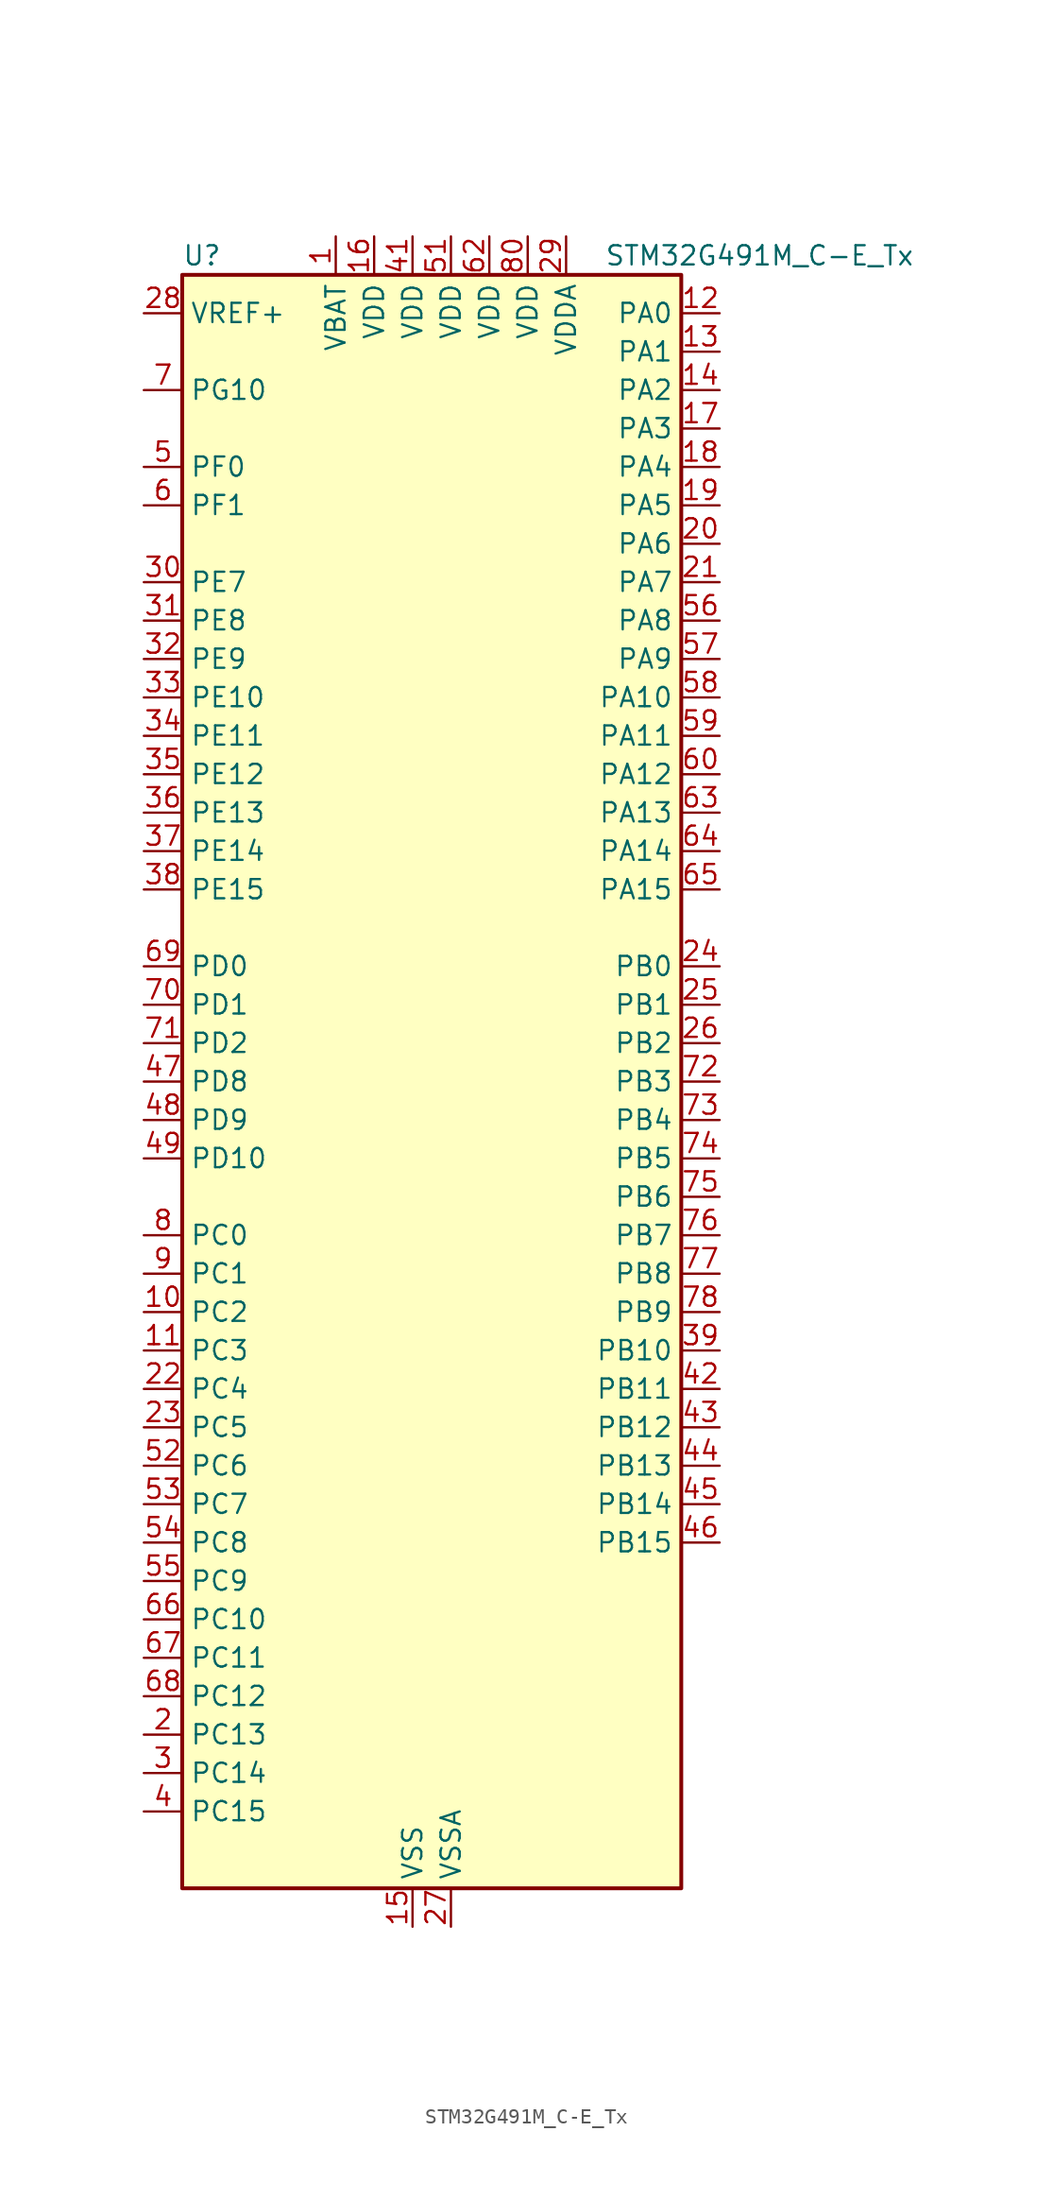
<source format=kicad_sym>
(kicad_symbol_lib
  (version 20231120)
  (generator "kicad_symbol_editor")
  (generator_version "8.0")
  (symbol "STM32G491M_C-E_Tx"
    (property "Reference" "U"
      (at -15.24 54.61 0)
      (effects (font (size 1.27 1.27)) (justify left)))
    (property "Value" "STM32G491M_C-E_Tx"
      (at 12.7 54.61 0)
      (effects (font (size 1.27 1.27)) (justify left)))
    (property "ki_locked" ""
      (at 0 0 0)
      (effects (font (size 1.27 1.27))))
    (symbol "STM32G491M_C-E_Tx_0_1"
      (rectangle (start -15.24 -53.34) (end 17.78 53.34) (stroke (width 0.254) (type default)) (fill (type background))))
    (symbol "STM32G491M_C-E_Tx_1_1"
      (pin power_in line (at -5.08 55.88 270) (length 2.54) (name "VBAT" (effects (font (size 1.27 1.27)))) (number "1" (effects (font (size 1.27 1.27)))))
      (pin bidirectional line (at -17.78 -15.24 0) (length 2.54) (name "PC2" (effects (font (size 1.27 1.27)))) (number "10" (effects (font (size 1.27 1.27)))) (alternate "ADC1_IN8" bidirectional line) (alternate "ADC2_IN8" bidirectional line) (alternate "ADC3_EXTI2" bidirectional line) (alternate "COMP3_OUT" bidirectional line) (alternate "LPTIM1_IN2" bidirectional line) (alternate "QUADSPI1_BK2_IO1" bidirectional line) (alternate "TIM1_CH3" bidirectional line) (alternate "TIM20_CH2" bidirectional line))
      (pin bidirectional line (at -17.78 -17.78 0) (length 2.54) (name "PC3" (effects (font (size 1.27 1.27)))) (number "11" (effects (font (size 1.27 1.27)))) (alternate "ADC1_IN9" bidirectional line) (alternate "ADC2_IN9" bidirectional line) (alternate "ADC3_EXTI3" bidirectional line) (alternate "LPTIM1_ETR" bidirectional line) (alternate "QUADSPI1_BK2_IO2" bidirectional line) (alternate "SAI1_D1" bidirectional line) (alternate "SAI1_SD_A" bidirectional line) (alternate "TIM1_BKIN2" bidirectional line) (alternate "TIM1_CH4" bidirectional line))
      (pin bidirectional line (at 20.32 50.8 180) (length 2.54) (name "PA0" (effects (font (size 1.27 1.27)))) (number "12" (effects (font (size 1.27 1.27)))) (alternate "ADC1_IN1" bidirectional line) (alternate "ADC2_IN1" bidirectional line) (alternate "COMP1_INM" bidirectional line) (alternate "COMP1_OUT" bidirectional line) (alternate "COMP3_INP" bidirectional line) (alternate "RTC_TAMP2" bidirectional line) (alternate "SYS_WKUP1" bidirectional line) (alternate "TIM2_CH1" bidirectional line) (alternate "TIM2_ETR" bidirectional line) (alternate "TIM8_BKIN" bidirectional line) (alternate "TIM8_ETR" bidirectional line) (alternate "USART2_CTS" bidirectional line) (alternate "USART2_NSS" bidirectional line))
      (pin bidirectional line (at 20.32 48.26 180) (length 2.54) (name "PA1" (effects (font (size 1.27 1.27)))) (number "13" (effects (font (size 1.27 1.27)))) (alternate "ADC1_IN2" bidirectional line) (alternate "ADC2_IN2" bidirectional line) (alternate "COMP1_INP" bidirectional line) (alternate "OPAMP1_VINP" bidirectional line) (alternate "OPAMP1_VINP_SEC" bidirectional line) (alternate "OPAMP3_VINP" bidirectional line) (alternate "OPAMP3_VINP_SEC" bidirectional line) (alternate "OPAMP6_VINM" bidirectional line) (alternate "OPAMP6_VINM0" bidirectional line) (alternate "OPAMP6_VINM_SEC" bidirectional line) (alternate "RTC_REFIN" bidirectional line) (alternate "TIM15_CH1N" bidirectional line) (alternate "TIM2_CH2" bidirectional line) (alternate "USART2_DE" bidirectional line) (alternate "USART2_RTS" bidirectional line))
      (pin bidirectional line (at 20.32 45.72 180) (length 2.54) (name "PA2" (effects (font (size 1.27 1.27)))) (number "14" (effects (font (size 1.27 1.27)))) (alternate "ADC1_IN3" bidirectional line) (alternate "ADC3_EXTI2" bidirectional line) (alternate "COMP2_INM" bidirectional line) (alternate "COMP2_OUT" bidirectional line) (alternate "LPUART1_TX" bidirectional line) (alternate "OPAMP1_VOUT" bidirectional line) (alternate "QUADSPI1_BK1_NCS" bidirectional line) (alternate "RCC_LSCO" bidirectional line) (alternate "SYS_WKUP4" bidirectional line) (alternate "TIM15_CH1" bidirectional line) (alternate "TIM2_CH3" bidirectional line) (alternate "UCPD1_FRSTX1" bidirectional line) (alternate "UCPD1_FRSTX2" bidirectional line) (alternate "USART2_TX" bidirectional line))
      (pin power_in line (at 0 -55.88 90) (length 2.54) (name "VSS" (effects (font (size 1.27 1.27)))) (number "15" (effects (font (size 1.27 1.27)))))
      (pin power_in line (at -2.54 55.88 270) (length 2.54) (name "VDD" (effects (font (size 1.27 1.27)))) (number "16" (effects (font (size 1.27 1.27)))))
      (pin bidirectional line (at 20.32 43.18 180) (length 2.54) (name "PA3" (effects (font (size 1.27 1.27)))) (number "17" (effects (font (size 1.27 1.27)))) (alternate "ADC1_IN4" bidirectional line) (alternate "ADC3_EXTI3" bidirectional line) (alternate "COMP2_INP" bidirectional line) (alternate "LPUART1_RX" bidirectional line) (alternate "OPAMP1_VINM" bidirectional line) (alternate "OPAMP1_VINM0" bidirectional line) (alternate "OPAMP1_VINM_SEC" bidirectional line) (alternate "OPAMP1_VINP" bidirectional line) (alternate "OPAMP1_VINP_SEC" bidirectional line) (alternate "QUADSPI1_CLK" bidirectional line) (alternate "SAI1_CK1" bidirectional line) (alternate "SAI1_MCLK_A" bidirectional line) (alternate "TIM15_CH2" bidirectional line) (alternate "TIM2_CH4" bidirectional line) (alternate "USART2_RX" bidirectional line))
      (pin bidirectional line (at 20.32 40.64 180) (length 2.54) (name "PA4" (effects (font (size 1.27 1.27)))) (number "18" (effects (font (size 1.27 1.27)))) (alternate "ADC2_IN17" bidirectional line) (alternate "COMP1_INM" bidirectional line) (alternate "DAC1_OUT1" bidirectional line) (alternate "I2S3_WS" bidirectional line) (alternate "SAI1_FS_B" bidirectional line) (alternate "SPI1_NSS" bidirectional line) (alternate "SPI3_NSS" bidirectional line) (alternate "TIM3_CH2" bidirectional line) (alternate "USART2_CK" bidirectional line))
      (pin bidirectional line (at 20.32 38.1 180) (length 2.54) (name "PA5" (effects (font (size 1.27 1.27)))) (number "19" (effects (font (size 1.27 1.27)))) (alternate "ADC2_IN13" bidirectional line) (alternate "COMP2_INM" bidirectional line) (alternate "DAC1_OUT2" bidirectional line) (alternate "OPAMP2_VINM" bidirectional line) (alternate "OPAMP2_VINM0" bidirectional line) (alternate "OPAMP2_VINM_SEC" bidirectional line) (alternate "SPI1_SCK" bidirectional line) (alternate "TIM2_CH1" bidirectional line) (alternate "TIM2_ETR" bidirectional line) (alternate "UCPD1_FRSTX1" bidirectional line) (alternate "UCPD1_FRSTX2" bidirectional line))
      (pin bidirectional line (at -17.78 -43.18 0) (length 2.54) (name "PC13" (effects (font (size 1.27 1.27)))) (number "2" (effects (font (size 1.27 1.27)))) (alternate "RTC_OUT1" bidirectional line) (alternate "RTC_TAMP1" bidirectional line) (alternate "RTC_TS" bidirectional line) (alternate "SYS_WKUP2" bidirectional line) (alternate "TIM1_BKIN" bidirectional line) (alternate "TIM1_CH1N" bidirectional line) (alternate "TIM8_CH4N" bidirectional line))
      (pin bidirectional line (at 20.32 35.56 180) (length 2.54) (name "PA6" (effects (font (size 1.27 1.27)))) (number "20" (effects (font (size 1.27 1.27)))) (alternate "ADC2_IN3" bidirectional line) (alternate "COMP1_OUT" bidirectional line) (alternate "LPUART1_CTS" bidirectional line) (alternate "OPAMP2_VOUT" bidirectional line) (alternate "QUADSPI1_BK1_IO3" bidirectional line) (alternate "SPI1_MISO" bidirectional line) (alternate "TIM16_CH1" bidirectional line) (alternate "TIM1_BKIN" bidirectional line) (alternate "TIM3_CH1" bidirectional line) (alternate "TIM8_BKIN" bidirectional line))
      (pin bidirectional line (at 20.32 33.02 180) (length 2.54) (name "PA7" (effects (font (size 1.27 1.27)))) (number "21" (effects (font (size 1.27 1.27)))) (alternate "ADC2_IN4" bidirectional line) (alternate "COMP2_INP" bidirectional line) (alternate "COMP2_OUT" bidirectional line) (alternate "OPAMP1_VINP" bidirectional line) (alternate "OPAMP1_VINP_SEC" bidirectional line) (alternate "OPAMP2_VINP" bidirectional line) (alternate "OPAMP2_VINP_SEC" bidirectional line) (alternate "QUADSPI1_BK1_IO2" bidirectional line) (alternate "SPI1_MOSI" bidirectional line) (alternate "TIM17_CH1" bidirectional line) (alternate "TIM1_CH1N" bidirectional line) (alternate "TIM3_CH2" bidirectional line) (alternate "TIM8_CH1N" bidirectional line) (alternate "UCPD1_FRSTX1" bidirectional line) (alternate "UCPD1_FRSTX2" bidirectional line))
      (pin bidirectional line (at -17.78 -20.32 0) (length 2.54) (name "PC4" (effects (font (size 1.27 1.27)))) (number "22" (effects (font (size 1.27 1.27)))) (alternate "ADC2_IN5" bidirectional line) (alternate "I2C2_SCL" bidirectional line) (alternate "QUADSPI1_BK2_IO3" bidirectional line) (alternate "TIM1_ETR" bidirectional line) (alternate "USART1_TX" bidirectional line))
      (pin bidirectional line (at -17.78 -22.86 0) (length 2.54) (name "PC5" (effects (font (size 1.27 1.27)))) (number "23" (effects (font (size 1.27 1.27)))) (alternate "ADC2_IN11" bidirectional line) (alternate "OPAMP1_VINM" bidirectional line) (alternate "OPAMP1_VINM1" bidirectional line) (alternate "OPAMP1_VINM_SEC" bidirectional line) (alternate "OPAMP2_VINM" bidirectional line) (alternate "OPAMP2_VINM1" bidirectional line) (alternate "OPAMP2_VINM_SEC" bidirectional line) (alternate "SAI1_D3" bidirectional line) (alternate "SYS_WKUP5" bidirectional line) (alternate "TIM15_BKIN" bidirectional line) (alternate "TIM1_CH4N" bidirectional line) (alternate "USART1_RX" bidirectional line))
      (pin bidirectional line (at 20.32 7.62 180) (length 2.54) (name "PB0" (effects (font (size 1.27 1.27)))) (number "24" (effects (font (size 1.27 1.27)))) (alternate "ADC1_IN15" bidirectional line) (alternate "ADC3_IN12" bidirectional line) (alternate "COMP4_INP" bidirectional line) (alternate "OPAMP2_VINP" bidirectional line) (alternate "OPAMP2_VINP_SEC" bidirectional line) (alternate "OPAMP3_VINP" bidirectional line) (alternate "OPAMP3_VINP_SEC" bidirectional line) (alternate "QUADSPI1_BK1_IO1" bidirectional line) (alternate "TIM1_CH2N" bidirectional line) (alternate "TIM3_CH3" bidirectional line) (alternate "TIM8_CH2N" bidirectional line) (alternate "UCPD1_FRSTX1" bidirectional line) (alternate "UCPD1_FRSTX2" bidirectional line))
      (pin bidirectional line (at 20.32 5.08 180) (length 2.54) (name "PB1" (effects (font (size 1.27 1.27)))) (number "25" (effects (font (size 1.27 1.27)))) (alternate "ADC1_IN12" bidirectional line) (alternate "ADC3_IN1" bidirectional line) (alternate "COMP1_INP" bidirectional line) (alternate "COMP4_OUT" bidirectional line) (alternate "LPUART1_DE" bidirectional line) (alternate "LPUART1_RTS" bidirectional line) (alternate "OPAMP3_VOUT" bidirectional line) (alternate "OPAMP6_VINM" bidirectional line) (alternate "OPAMP6_VINM1" bidirectional line) (alternate "OPAMP6_VINM_SEC" bidirectional line) (alternate "QUADSPI1_BK1_IO0" bidirectional line) (alternate "TIM1_CH3N" bidirectional line) (alternate "TIM3_CH4" bidirectional line) (alternate "TIM8_CH3N" bidirectional line))
      (pin bidirectional line (at 20.32 2.54 180) (length 2.54) (name "PB2" (effects (font (size 1.27 1.27)))) (number "26" (effects (font (size 1.27 1.27)))) (alternate "ADC2_IN12" bidirectional line) (alternate "ADC3_EXTI2" bidirectional line) (alternate "COMP4_INM" bidirectional line) (alternate "I2C3_SMBA" bidirectional line) (alternate "LPTIM1_OUT" bidirectional line) (alternate "OPAMP3_VINM" bidirectional line) (alternate "OPAMP3_VINM0" bidirectional line) (alternate "OPAMP3_VINM_SEC" bidirectional line) (alternate "QUADSPI1_BK2_IO1" bidirectional line) (alternate "RTC_OUT2" bidirectional line) (alternate "TIM20_CH1" bidirectional line))
      (pin power_in line (at 2.54 -55.88 90) (length 2.54) (name "VSSA" (effects (font (size 1.27 1.27)))) (number "27" (effects (font (size 1.27 1.27)))))
      (pin input line (at -17.78 50.8 0) (length 2.54) (name "VREF+" (effects (font (size 1.27 1.27)))) (number "28" (effects (font (size 1.27 1.27)))) (alternate "VREFBUF_OUT" bidirectional line))
      (pin power_in line (at 10.16 55.88 270) (length 2.54) (name "VDDA" (effects (font (size 1.27 1.27)))) (number "29" (effects (font (size 1.27 1.27)))))
      (pin bidirectional line (at -17.78 -45.72 0) (length 2.54) (name "PC14" (effects (font (size 1.27 1.27)))) (number "3" (effects (font (size 1.27 1.27)))) (alternate "RCC_OSC32_IN" bidirectional line))
      (pin bidirectional line (at -17.78 33.02 0) (length 2.54) (name "PE7" (effects (font (size 1.27 1.27)))) (number "30" (effects (font (size 1.27 1.27)))) (alternate "ADC3_IN4" bidirectional line) (alternate "COMP4_INP" bidirectional line) (alternate "SAI1_SD_B" bidirectional line) (alternate "TIM1_ETR" bidirectional line))
      (pin bidirectional line (at -17.78 30.48 0) (length 2.54) (name "PE8" (effects (font (size 1.27 1.27)))) (number "31" (effects (font (size 1.27 1.27)))) (alternate "ADC3_IN6" bidirectional line) (alternate "COMP4_INM" bidirectional line) (alternate "SAI1_SCK_B" bidirectional line) (alternate "TIM1_CH1N" bidirectional line))
      (pin bidirectional line (at -17.78 27.94 0) (length 2.54) (name "PE9" (effects (font (size 1.27 1.27)))) (number "32" (effects (font (size 1.27 1.27)))) (alternate "ADC3_IN2" bidirectional line) (alternate "DAC1_EXTI9" bidirectional line) (alternate "DAC3_EXTI9" bidirectional line) (alternate "SAI1_FS_B" bidirectional line) (alternate "TIM1_CH1" bidirectional line))
      (pin bidirectional line (at -17.78 25.4 0) (length 2.54) (name "PE10" (effects (font (size 1.27 1.27)))) (number "33" (effects (font (size 1.27 1.27)))) (alternate "ADC3_IN14" bidirectional line) (alternate "DAC1_EXTI10" bidirectional line) (alternate "DAC3_EXTI10" bidirectional line) (alternate "QUADSPI1_CLK" bidirectional line) (alternate "SAI1_MCLK_B" bidirectional line) (alternate "TIM1_CH2N" bidirectional line))
      (pin bidirectional line (at -17.78 22.86 0) (length 2.54) (name "PE11" (effects (font (size 1.27 1.27)))) (number "34" (effects (font (size 1.27 1.27)))) (alternate "ADC1_EXTI11" bidirectional line) (alternate "ADC2_EXTI11" bidirectional line) (alternate "ADC3_IN15" bidirectional line) (alternate "QUADSPI1_BK1_NCS" bidirectional line) (alternate "TIM1_CH2" bidirectional line))
      (pin bidirectional line (at -17.78 20.32 0) (length 2.54) (name "PE12" (effects (font (size 1.27 1.27)))) (number "35" (effects (font (size 1.27 1.27)))) (alternate "ADC3_IN16" bidirectional line) (alternate "QUADSPI1_BK1_IO0" bidirectional line) (alternate "TIM1_CH3N" bidirectional line))
      (pin bidirectional line (at -17.78 17.78 0) (length 2.54) (name "PE13" (effects (font (size 1.27 1.27)))) (number "36" (effects (font (size 1.27 1.27)))) (alternate "ADC3_IN3" bidirectional line) (alternate "QUADSPI1_BK1_IO1" bidirectional line) (alternate "TIM1_CH3" bidirectional line))
      (pin bidirectional line (at -17.78 15.24 0) (length 2.54) (name "PE14" (effects (font (size 1.27 1.27)))) (number "37" (effects (font (size 1.27 1.27)))) (alternate "QUADSPI1_BK1_IO2" bidirectional line) (alternate "TIM1_BKIN2" bidirectional line) (alternate "TIM1_CH4" bidirectional line))
      (pin bidirectional line (at -17.78 12.7 0) (length 2.54) (name "PE15" (effects (font (size 1.27 1.27)))) (number "38" (effects (font (size 1.27 1.27)))) (alternate "ADC1_EXTI15" bidirectional line) (alternate "ADC2_EXTI15" bidirectional line) (alternate "QUADSPI1_BK1_IO3" bidirectional line) (alternate "TIM1_BKIN" bidirectional line) (alternate "TIM1_CH4N" bidirectional line) (alternate "USART3_RX" bidirectional line))
      (pin bidirectional line (at 20.32 -17.78 180) (length 2.54) (name "PB10" (effects (font (size 1.27 1.27)))) (number "39" (effects (font (size 1.27 1.27)))) (alternate "DAC1_EXTI10" bidirectional line) (alternate "DAC3_EXTI10" bidirectional line) (alternate "LPUART1_RX" bidirectional line) (alternate "OPAMP3_VINM" bidirectional line) (alternate "OPAMP3_VINM1" bidirectional line) (alternate "OPAMP3_VINM_SEC" bidirectional line) (alternate "QUADSPI1_CLK" bidirectional line) (alternate "SAI1_SCK_A" bidirectional line) (alternate "TIM1_BKIN" bidirectional line) (alternate "TIM2_CH3" bidirectional line) (alternate "USART3_TX" bidirectional line))
      (pin bidirectional line (at -17.78 -48.26 0) (length 2.54) (name "PC15" (effects (font (size 1.27 1.27)))) (number "4" (effects (font (size 1.27 1.27)))) (alternate "ADC1_EXTI15" bidirectional line) (alternate "ADC2_EXTI15" bidirectional line) (alternate "RCC_OSC32_OUT" bidirectional line))
      (pin passive line (at 0 -55.88 90) (length 2.54) hide (name "VSS" (effects (font (size 1.27 1.27)))) (number "40" (effects (font (size 1.27 1.27)))))
      (pin power_in line (at 0 55.88 270) (length 2.54) (name "VDD" (effects (font (size 1.27 1.27)))) (number "41" (effects (font (size 1.27 1.27)))))
      (pin bidirectional line (at 20.32 -20.32 180) (length 2.54) (name "PB11" (effects (font (size 1.27 1.27)))) (number "42" (effects (font (size 1.27 1.27)))) (alternate "ADC1_EXTI11" bidirectional line) (alternate "ADC1_IN14" bidirectional line) (alternate "ADC2_EXTI11" bidirectional line) (alternate "ADC2_IN14" bidirectional line) (alternate "LPUART1_TX" bidirectional line) (alternate "OPAMP6_VOUT" bidirectional line) (alternate "QUADSPI1_BK1_NCS" bidirectional line) (alternate "TIM2_CH4" bidirectional line) (alternate "USART3_RX" bidirectional line))
      (pin bidirectional line (at 20.32 -22.86 180) (length 2.54) (name "PB12" (effects (font (size 1.27 1.27)))) (number "43" (effects (font (size 1.27 1.27)))) (alternate "ADC1_IN11" bidirectional line) (alternate "FDCAN2_RX" bidirectional line) (alternate "I2C2_SMBA" bidirectional line) (alternate "I2S2_WS" bidirectional line) (alternate "LPUART1_DE" bidirectional line) (alternate "LPUART1_RTS" bidirectional line) (alternate "OPAMP6_VINP" bidirectional line) (alternate "OPAMP6_VINP_SEC" bidirectional line) (alternate "SPI2_NSS" bidirectional line) (alternate "TIM1_BKIN" bidirectional line) (alternate "USART3_CK" bidirectional line))
      (pin bidirectional line (at 20.32 -25.4 180) (length 2.54) (name "PB13" (effects (font (size 1.27 1.27)))) (number "44" (effects (font (size 1.27 1.27)))) (alternate "ADC3_IN5" bidirectional line) (alternate "FDCAN2_TX" bidirectional line) (alternate "I2S2_CK" bidirectional line) (alternate "LPUART1_CTS" bidirectional line) (alternate "OPAMP3_VINP" bidirectional line) (alternate "OPAMP3_VINP_SEC" bidirectional line) (alternate "OPAMP6_VINP" bidirectional line) (alternate "OPAMP6_VINP_SEC" bidirectional line) (alternate "SPI2_SCK" bidirectional line) (alternate "TIM1_CH1N" bidirectional line) (alternate "USART3_CTS" bidirectional line) (alternate "USART3_NSS" bidirectional line))
      (pin bidirectional line (at 20.32 -27.94 180) (length 2.54) (name "PB14" (effects (font (size 1.27 1.27)))) (number "45" (effects (font (size 1.27 1.27)))) (alternate "ADC1_IN5" bidirectional line) (alternate "COMP4_OUT" bidirectional line) (alternate "OPAMP2_VINP" bidirectional line) (alternate "OPAMP2_VINP_SEC" bidirectional line) (alternate "SPI2_MISO" bidirectional line) (alternate "TIM15_CH1" bidirectional line) (alternate "TIM1_CH2N" bidirectional line) (alternate "USART3_DE" bidirectional line) (alternate "USART3_RTS" bidirectional line))
      (pin bidirectional line (at 20.32 -30.48 180) (length 2.54) (name "PB15" (effects (font (size 1.27 1.27)))) (number "46" (effects (font (size 1.27 1.27)))) (alternate "ADC1_EXTI15" bidirectional line) (alternate "ADC2_EXTI15" bidirectional line) (alternate "ADC2_IN15" bidirectional line) (alternate "COMP3_OUT" bidirectional line) (alternate "I2S2_SD" bidirectional line) (alternate "RTC_REFIN" bidirectional line) (alternate "SPI2_MOSI" bidirectional line) (alternate "TIM15_CH1N" bidirectional line) (alternate "TIM15_CH2" bidirectional line) (alternate "TIM1_CH3N" bidirectional line))
      (pin bidirectional line (at -17.78 0 0) (length 2.54) (name "PD8" (effects (font (size 1.27 1.27)))) (number "47" (effects (font (size 1.27 1.27)))) (alternate "USART3_TX" bidirectional line))
      (pin bidirectional line (at -17.78 -2.54 0) (length 2.54) (name "PD9" (effects (font (size 1.27 1.27)))) (number "48" (effects (font (size 1.27 1.27)))) (alternate "DAC1_EXTI9" bidirectional line) (alternate "DAC3_EXTI9" bidirectional line) (alternate "OPAMP6_VINP" bidirectional line) (alternate "OPAMP6_VINP_SEC" bidirectional line) (alternate "USART3_RX" bidirectional line))
      (pin bidirectional line (at -17.78 -5.08 0) (length 2.54) (name "PD10" (effects (font (size 1.27 1.27)))) (number "49" (effects (font (size 1.27 1.27)))) (alternate "ADC3_IN7" bidirectional line) (alternate "DAC1_EXTI10" bidirectional line) (alternate "DAC3_EXTI10" bidirectional line) (alternate "USART3_CK" bidirectional line))
      (pin bidirectional line (at -17.78 40.64 0) (length 2.54) (name "PF0" (effects (font (size 1.27 1.27)))) (number "5" (effects (font (size 1.27 1.27)))) (alternate "ADC1_IN10" bidirectional line) (alternate "I2C2_SDA" bidirectional line) (alternate "I2S2_WS" bidirectional line) (alternate "RCC_OSC_IN" bidirectional line) (alternate "SPI2_NSS" bidirectional line) (alternate "TIM1_CH3N" bidirectional line))
      (pin passive line (at 0 -55.88 90) (length 2.54) hide (name "VSS" (effects (font (size 1.27 1.27)))) (number "50" (effects (font (size 1.27 1.27)))))
      (pin power_in line (at 2.54 55.88 270) (length 2.54) (name "VDD" (effects (font (size 1.27 1.27)))) (number "51" (effects (font (size 1.27 1.27)))))
      (pin bidirectional line (at -17.78 -25.4 0) (length 2.54) (name "PC6" (effects (font (size 1.27 1.27)))) (number "52" (effects (font (size 1.27 1.27)))) (alternate "I2S2_MCK" bidirectional line) (alternate "TIM3_CH1" bidirectional line) (alternate "TIM8_CH1" bidirectional line))
      (pin bidirectional line (at -17.78 -27.94 0) (length 2.54) (name "PC7" (effects (font (size 1.27 1.27)))) (number "53" (effects (font (size 1.27 1.27)))) (alternate "I2S3_MCK" bidirectional line) (alternate "TIM3_CH2" bidirectional line) (alternate "TIM8_CH2" bidirectional line))
      (pin bidirectional line (at -17.78 -30.48 0) (length 2.54) (name "PC8" (effects (font (size 1.27 1.27)))) (number "54" (effects (font (size 1.27 1.27)))) (alternate "I2C3_SCL" bidirectional line) (alternate "TIM20_CH3" bidirectional line) (alternate "TIM3_CH3" bidirectional line) (alternate "TIM8_CH3" bidirectional line))
      (pin bidirectional line (at -17.78 -33.02 0) (length 2.54) (name "PC9" (effects (font (size 1.27 1.27)))) (number "55" (effects (font (size 1.27 1.27)))) (alternate "DAC1_EXTI9" bidirectional line) (alternate "DAC3_EXTI9" bidirectional line) (alternate "I2C3_SDA" bidirectional line) (alternate "I2S_CKIN" bidirectional line) (alternate "TIM3_CH4" bidirectional line) (alternate "TIM8_BKIN2" bidirectional line) (alternate "TIM8_CH4" bidirectional line))
      (pin bidirectional line (at 20.32 30.48 180) (length 2.54) (name "PA8" (effects (font (size 1.27 1.27)))) (number "56" (effects (font (size 1.27 1.27)))) (alternate "I2C2_SDA" bidirectional line) (alternate "I2C3_SCL" bidirectional line) (alternate "I2S2_MCK" bidirectional line) (alternate "RCC_MCO" bidirectional line) (alternate "SAI1_CK2" bidirectional line) (alternate "SAI1_SCK_A" bidirectional line) (alternate "TIM1_CH1" bidirectional line) (alternate "TIM4_ETR" bidirectional line) (alternate "USART1_CK" bidirectional line))
      (pin bidirectional line (at 20.32 27.94 180) (length 2.54) (name "PA9" (effects (font (size 1.27 1.27)))) (number "57" (effects (font (size 1.27 1.27)))) (alternate "DAC1_EXTI9" bidirectional line) (alternate "DAC3_EXTI9" bidirectional line) (alternate "I2C2_SCL" bidirectional line) (alternate "I2C3_SMBA" bidirectional line) (alternate "I2S3_MCK" bidirectional line) (alternate "SAI1_FS_A" bidirectional line) (alternate "TIM15_BKIN" bidirectional line) (alternate "TIM1_CH2" bidirectional line) (alternate "TIM2_CH3" bidirectional line) (alternate "UCPD1_DBCC1" bidirectional line) (alternate "USART1_TX" bidirectional line))
      (pin bidirectional line (at 20.32 25.4 180) (length 2.54) (name "PA10" (effects (font (size 1.27 1.27)))) (number "58" (effects (font (size 1.27 1.27)))) (alternate "CRS_SYNC" bidirectional line) (alternate "DAC1_EXTI10" bidirectional line) (alternate "DAC3_EXTI10" bidirectional line) (alternate "I2C2_SMBA" bidirectional line) (alternate "SAI1_D1" bidirectional line) (alternate "SAI1_SD_A" bidirectional line) (alternate "SPI2_MISO" bidirectional line) (alternate "TIM17_BKIN" bidirectional line) (alternate "TIM1_CH3" bidirectional line) (alternate "TIM2_CH4" bidirectional line) (alternate "TIM8_BKIN" bidirectional line) (alternate "UCPD1_DBCC2" bidirectional line) (alternate "USART1_RX" bidirectional line))
      (pin bidirectional line (at 20.32 22.86 180) (length 2.54) (name "PA11" (effects (font (size 1.27 1.27)))) (number "59" (effects (font (size 1.27 1.27)))) (alternate "ADC1_EXTI11" bidirectional line) (alternate "ADC2_EXTI11" bidirectional line) (alternate "COMP1_OUT" bidirectional line) (alternate "FDCAN1_RX" bidirectional line) (alternate "I2S2_SD" bidirectional line) (alternate "SPI2_MOSI" bidirectional line) (alternate "TIM1_BKIN2" bidirectional line) (alternate "TIM1_CH1N" bidirectional line) (alternate "TIM1_CH4" bidirectional line) (alternate "TIM4_CH1" bidirectional line) (alternate "USART1_CTS" bidirectional line) (alternate "USART1_NSS" bidirectional line) (alternate "USB_DM" bidirectional line))
      (pin bidirectional line (at -17.78 38.1 0) (length 2.54) (name "PF1" (effects (font (size 1.27 1.27)))) (number "6" (effects (font (size 1.27 1.27)))) (alternate "ADC2_IN10" bidirectional line) (alternate "COMP3_INM" bidirectional line) (alternate "I2S2_CK" bidirectional line) (alternate "RCC_OSC_OUT" bidirectional line) (alternate "SPI2_SCK" bidirectional line))
      (pin bidirectional line (at 20.32 20.32 180) (length 2.54) (name "PA12" (effects (font (size 1.27 1.27)))) (number "60" (effects (font (size 1.27 1.27)))) (alternate "COMP2_OUT" bidirectional line) (alternate "FDCAN1_TX" bidirectional line) (alternate "I2S_CKIN" bidirectional line) (alternate "TIM16_CH1" bidirectional line) (alternate "TIM1_CH2N" bidirectional line) (alternate "TIM1_ETR" bidirectional line) (alternate "TIM4_CH2" bidirectional line) (alternate "USART1_DE" bidirectional line) (alternate "USART1_RTS" bidirectional line) (alternate "USB_DP" bidirectional line))
      (pin passive line (at 0 -55.88 90) (length 2.54) hide (name "VSS" (effects (font (size 1.27 1.27)))) (number "61" (effects (font (size 1.27 1.27)))))
      (pin power_in line (at 5.08 55.88 270) (length 2.54) (name "VDD" (effects (font (size 1.27 1.27)))) (number "62" (effects (font (size 1.27 1.27)))))
      (pin bidirectional line (at 20.32 17.78 180) (length 2.54) (name "PA13" (effects (font (size 1.27 1.27)))) (number "63" (effects (font (size 1.27 1.27)))) (alternate "I2C1_SCL" bidirectional line) (alternate "IR_OUT" bidirectional line) (alternate "SAI1_SD_B" bidirectional line) (alternate "SYS_JTMS-SWDIO" bidirectional line) (alternate "TIM16_CH1N" bidirectional line) (alternate "TIM4_CH3" bidirectional line) (alternate "USART3_CTS" bidirectional line) (alternate "USART3_NSS" bidirectional line))
      (pin bidirectional line (at 20.32 15.24 180) (length 2.54) (name "PA14" (effects (font (size 1.27 1.27)))) (number "64" (effects (font (size 1.27 1.27)))) (alternate "I2C1_SDA" bidirectional line) (alternate "LPTIM1_OUT" bidirectional line) (alternate "SAI1_FS_B" bidirectional line) (alternate "SYS_JTCK-SWCLK" bidirectional line) (alternate "TIM1_BKIN" bidirectional line) (alternate "TIM8_CH2" bidirectional line) (alternate "USART2_TX" bidirectional line))
      (pin bidirectional line (at 20.32 12.7 180) (length 2.54) (name "PA15" (effects (font (size 1.27 1.27)))) (number "65" (effects (font (size 1.27 1.27)))) (alternate "ADC1_EXTI15" bidirectional line) (alternate "ADC2_EXTI15" bidirectional line) (alternate "I2C1_SCL" bidirectional line) (alternate "I2S3_WS" bidirectional line) (alternate "SPI1_NSS" bidirectional line) (alternate "SPI3_NSS" bidirectional line) (alternate "SYS_JTDI" bidirectional line) (alternate "TIM1_BKIN" bidirectional line) (alternate "TIM20_ETR" bidirectional line) (alternate "TIM2_CH1" bidirectional line) (alternate "TIM2_ETR" bidirectional line) (alternate "TIM8_CH1" bidirectional line) (alternate "UART4_DE" bidirectional line) (alternate "UART4_RTS" bidirectional line) (alternate "USART2_RX" bidirectional line))
      (pin bidirectional line (at -17.78 -35.56 0) (length 2.54) (name "PC10" (effects (font (size 1.27 1.27)))) (number "66" (effects (font (size 1.27 1.27)))) (alternate "DAC1_EXTI10" bidirectional line) (alternate "DAC3_EXTI10" bidirectional line) (alternate "I2S3_CK" bidirectional line) (alternate "SPI3_SCK" bidirectional line) (alternate "TIM8_CH1N" bidirectional line) (alternate "UART4_TX" bidirectional line) (alternate "USART3_TX" bidirectional line))
      (pin bidirectional line (at -17.78 -38.1 0) (length 2.54) (name "PC11" (effects (font (size 1.27 1.27)))) (number "67" (effects (font (size 1.27 1.27)))) (alternate "ADC1_EXTI11" bidirectional line) (alternate "ADC2_EXTI11" bidirectional line) (alternate "I2C3_SDA" bidirectional line) (alternate "SPI3_MISO" bidirectional line) (alternate "TIM8_CH2N" bidirectional line) (alternate "UART4_RX" bidirectional line) (alternate "USART3_RX" bidirectional line))
      (pin bidirectional line (at -17.78 -40.64 0) (length 2.54) (name "PC12" (effects (font (size 1.27 1.27)))) (number "68" (effects (font (size 1.27 1.27)))) (alternate "I2S3_SD" bidirectional line) (alternate "SPI3_MOSI" bidirectional line) (alternate "TIM8_CH3N" bidirectional line) (alternate "UART5_TX" bidirectional line) (alternate "UCPD1_FRSTX1" bidirectional line) (alternate "UCPD1_FRSTX2" bidirectional line) (alternate "USART3_CK" bidirectional line))
      (pin bidirectional line (at -17.78 7.62 0) (length 2.54) (name "PD0" (effects (font (size 1.27 1.27)))) (number "69" (effects (font (size 1.27 1.27)))) (alternate "FDCAN1_RX" bidirectional line) (alternate "TIM8_CH4N" bidirectional line))
      (pin bidirectional line (at -17.78 45.72 0) (length 2.54) (name "PG10" (effects (font (size 1.27 1.27)))) (number "7" (effects (font (size 1.27 1.27)))) (alternate "DAC1_EXTI10" bidirectional line) (alternate "DAC3_EXTI10" bidirectional line) (alternate "RCC_MCO" bidirectional line))
      (pin bidirectional line (at -17.78 5.08 0) (length 2.54) (name "PD1" (effects (font (size 1.27 1.27)))) (number "70" (effects (font (size 1.27 1.27)))) (alternate "FDCAN1_TX" bidirectional line) (alternate "TIM8_BKIN2" bidirectional line) (alternate "TIM8_CH4" bidirectional line))
      (pin bidirectional line (at -17.78 2.54 0) (length 2.54) (name "PD2" (effects (font (size 1.27 1.27)))) (number "71" (effects (font (size 1.27 1.27)))) (alternate "ADC3_EXTI2" bidirectional line) (alternate "TIM3_ETR" bidirectional line) (alternate "TIM8_BKIN" bidirectional line) (alternate "UART5_RX" bidirectional line))
      (pin bidirectional line (at 20.32 0 180) (length 2.54) (name "PB3" (effects (font (size 1.27 1.27)))) (number "72" (effects (font (size 1.27 1.27)))) (alternate "ADC3_EXTI3" bidirectional line) (alternate "CRS_SYNC" bidirectional line) (alternate "I2S3_CK" bidirectional line) (alternate "SAI1_SCK_B" bidirectional line) (alternate "SPI1_SCK" bidirectional line) (alternate "SPI3_SCK" bidirectional line) (alternate "SYS_JTDO-SWO" bidirectional line) (alternate "TIM2_CH2" bidirectional line) (alternate "TIM3_ETR" bidirectional line) (alternate "TIM4_ETR" bidirectional line) (alternate "TIM8_CH1N" bidirectional line) (alternate "USART2_TX" bidirectional line))
      (pin bidirectional line (at 20.32 -2.54 180) (length 2.54) (name "PB4" (effects (font (size 1.27 1.27)))) (number "73" (effects (font (size 1.27 1.27)))) (alternate "SAI1_MCLK_B" bidirectional line) (alternate "SPI1_MISO" bidirectional line) (alternate "SPI3_MISO" bidirectional line) (alternate "SYS_JTRST" bidirectional line) (alternate "TIM16_CH1" bidirectional line) (alternate "TIM17_BKIN" bidirectional line) (alternate "TIM3_CH1" bidirectional line) (alternate "TIM8_CH2N" bidirectional line) (alternate "UART5_DE" bidirectional line) (alternate "UART5_RTS" bidirectional line) (alternate "UCPD1_CC2" bidirectional line) (alternate "USART2_RX" bidirectional line))
      (pin bidirectional line (at 20.32 -5.08 180) (length 2.54) (name "PB5" (effects (font (size 1.27 1.27)))) (number "74" (effects (font (size 1.27 1.27)))) (alternate "FDCAN2_RX" bidirectional line) (alternate "I2C1_SMBA" bidirectional line) (alternate "I2C3_SDA" bidirectional line) (alternate "I2S3_SD" bidirectional line) (alternate "LPTIM1_IN1" bidirectional line) (alternate "SAI1_SD_B" bidirectional line) (alternate "SPI1_MOSI" bidirectional line) (alternate "SPI3_MOSI" bidirectional line) (alternate "TIM16_BKIN" bidirectional line) (alternate "TIM17_CH1" bidirectional line) (alternate "TIM3_CH2" bidirectional line) (alternate "TIM8_CH3N" bidirectional line) (alternate "UART5_CTS" bidirectional line) (alternate "USART2_CK" bidirectional line))
      (pin bidirectional line (at 20.32 -7.62 180) (length 2.54) (name "PB6" (effects (font (size 1.27 1.27)))) (number "75" (effects (font (size 1.27 1.27)))) (alternate "COMP4_OUT" bidirectional line) (alternate "FDCAN2_TX" bidirectional line) (alternate "LPTIM1_ETR" bidirectional line) (alternate "SAI1_FS_B" bidirectional line) (alternate "TIM16_CH1N" bidirectional line) (alternate "TIM4_CH1" bidirectional line) (alternate "TIM8_BKIN2" bidirectional line) (alternate "TIM8_CH1" bidirectional line) (alternate "TIM8_ETR" bidirectional line) (alternate "UCPD1_CC1" bidirectional line) (alternate "USART1_TX" bidirectional line))
      (pin bidirectional line (at 20.32 -10.16 180) (length 2.54) (name "PB7" (effects (font (size 1.27 1.27)))) (number "76" (effects (font (size 1.27 1.27)))) (alternate "COMP3_OUT" bidirectional line) (alternate "I2C1_SDA" bidirectional line) (alternate "LPTIM1_IN2" bidirectional line) (alternate "SYS_PVD_IN" bidirectional line) (alternate "TIM17_CH1N" bidirectional line) (alternate "TIM3_CH4" bidirectional line) (alternate "TIM4_CH2" bidirectional line) (alternate "TIM8_BKIN" bidirectional line) (alternate "UART4_CTS" bidirectional line) (alternate "USART1_RX" bidirectional line))
      (pin bidirectional line (at 20.32 -12.7 180) (length 2.54) (name "PB8" (effects (font (size 1.27 1.27)))) (number "77" (effects (font (size 1.27 1.27)))) (alternate "COMP1_OUT" bidirectional line) (alternate "FDCAN1_RX" bidirectional line) (alternate "I2C1_SCL" bidirectional line) (alternate "SAI1_CK1" bidirectional line) (alternate "SAI1_MCLK_A" bidirectional line) (alternate "TIM16_CH1" bidirectional line) (alternate "TIM1_BKIN" bidirectional line) (alternate "TIM4_CH3" bidirectional line) (alternate "TIM8_CH2" bidirectional line) (alternate "USART3_RX" bidirectional line))
      (pin bidirectional line (at 20.32 -15.24 180) (length 2.54) (name "PB9" (effects (font (size 1.27 1.27)))) (number "78" (effects (font (size 1.27 1.27)))) (alternate "COMP2_OUT" bidirectional line) (alternate "DAC1_EXTI9" bidirectional line) (alternate "DAC3_EXTI9" bidirectional line) (alternate "FDCAN1_TX" bidirectional line) (alternate "I2C1_SDA" bidirectional line) (alternate "IR_OUT" bidirectional line) (alternate "SAI1_D2" bidirectional line) (alternate "SAI1_FS_A" bidirectional line) (alternate "TIM17_CH1" bidirectional line) (alternate "TIM1_CH3N" bidirectional line) (alternate "TIM4_CH4" bidirectional line) (alternate "TIM8_CH3" bidirectional line) (alternate "USART3_TX" bidirectional line))
      (pin passive line (at 0 -55.88 90) (length 2.54) hide (name "VSS" (effects (font (size 1.27 1.27)))) (number "79" (effects (font (size 1.27 1.27)))))
      (pin bidirectional line (at -17.78 -10.16 0) (length 2.54) (name "PC0" (effects (font (size 1.27 1.27)))) (number "8" (effects (font (size 1.27 1.27)))) (alternate "ADC1_IN6" bidirectional line) (alternate "ADC2_IN6" bidirectional line) (alternate "COMP3_INM" bidirectional line) (alternate "LPTIM1_IN1" bidirectional line) (alternate "LPUART1_RX" bidirectional line) (alternate "TIM1_CH1" bidirectional line))
      (pin power_in line (at 7.62 55.88 270) (length 2.54) (name "VDD" (effects (font (size 1.27 1.27)))) (number "80" (effects (font (size 1.27 1.27)))))
      (pin bidirectional line (at -17.78 -12.7 0) (length 2.54) (name "PC1" (effects (font (size 1.27 1.27)))) (number "9" (effects (font (size 1.27 1.27)))) (alternate "ADC1_IN7" bidirectional line) (alternate "ADC2_IN7" bidirectional line) (alternate "COMP3_INP" bidirectional line) (alternate "LPTIM1_OUT" bidirectional line) (alternate "LPUART1_TX" bidirectional line) (alternate "QUADSPI1_BK2_IO0" bidirectional line) (alternate "SAI1_SD_A" bidirectional line) (alternate "TIM1_CH2" bidirectional line)))))
</source>
